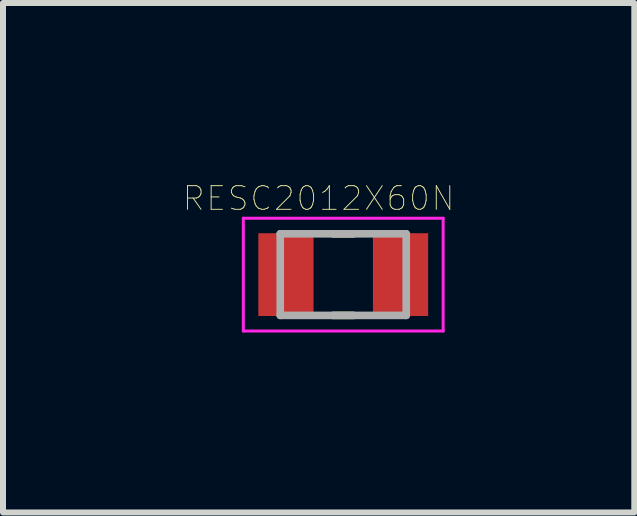
<source format=kicad_pcb>
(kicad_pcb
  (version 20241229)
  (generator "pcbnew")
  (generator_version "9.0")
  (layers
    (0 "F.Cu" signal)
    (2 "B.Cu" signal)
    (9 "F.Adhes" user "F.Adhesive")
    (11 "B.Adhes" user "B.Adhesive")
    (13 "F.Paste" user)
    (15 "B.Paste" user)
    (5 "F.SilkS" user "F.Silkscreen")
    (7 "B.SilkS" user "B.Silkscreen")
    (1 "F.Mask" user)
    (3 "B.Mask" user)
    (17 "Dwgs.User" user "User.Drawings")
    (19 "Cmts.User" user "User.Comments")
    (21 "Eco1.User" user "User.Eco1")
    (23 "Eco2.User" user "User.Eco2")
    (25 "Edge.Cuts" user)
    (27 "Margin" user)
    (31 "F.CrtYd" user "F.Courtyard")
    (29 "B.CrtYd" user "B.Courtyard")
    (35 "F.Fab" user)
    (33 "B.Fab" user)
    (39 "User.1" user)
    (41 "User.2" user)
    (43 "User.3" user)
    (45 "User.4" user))
  (footprint "RESC2012X60N"
    (layer "F.Cu")
    (at 2.671 1.527)
    (property "Reference" "RESC2012X60N" (at -0.41 -1.27 0) (layer "F.SilkS") (effects (font (size 0.394 0.394) (thickness 0.015))))
    (attr through_hole)
    (fp_line (start -0.17 -0.68) (end 0.17 -0.68) (stroke (width 0.127) (type solid)) (layer "F.SilkS"))
    (fp_line (start -0.17 0.68) (end 0.17 0.68) (stroke (width 0.127) (type solid)) (layer "F.SilkS"))
    (fp_line (start -1.665 -0.94) (end 1.665 -0.94) (stroke (width 0.05) (type solid)) (layer "F.CrtYd"))
    (fp_line (start -1.665 0.94) (end -1.665 -0.94) (stroke (width 0.05) (type solid)) (layer "F.CrtYd"))
    (fp_line (start -1.665 0.94) (end 1.665 0.94) (stroke (width 0.05) (type solid)) (layer "F.CrtYd"))
    (fp_line (start 1.665 0.94) (end 1.665 -0.94) (stroke (width 0.05) (type solid)) (layer "F.CrtYd"))
    (fp_line (start -1.05 0.68) (end -1.05 -0.68) (stroke (width 0.127) (type solid)) (layer "F.Fab"))
    (fp_line (start 1.05 -0.68) (end -1.05 -0.68) (stroke (width 0.127) (type solid)) (layer "F.Fab"))
    (fp_line (start 1.05 0.68) (end -1.05 0.68) (stroke (width 0.127) (type solid)) (layer "F.Fab"))
    (fp_line (start 1.05 0.68) (end 1.05 -0.68) (stroke (width 0.127) (type solid)) (layer "F.Fab"))
    (pad "1" smd rect (at -0.955 0) (size 0.92 1.38) (layers "F.Cu" "F.Mask" "F.Paste"))
    (pad "2" smd rect (at 0.955 0) (size 0.92 1.38) (layers "F.Cu" "F.Mask" "F.Paste")))
  (gr_rect
    (start -3 -3)
    (end 7.522 5.492)
    (stroke (width 0.1) (type default))
    (fill no)
    (layer "Edge.Cuts")))
</source>
